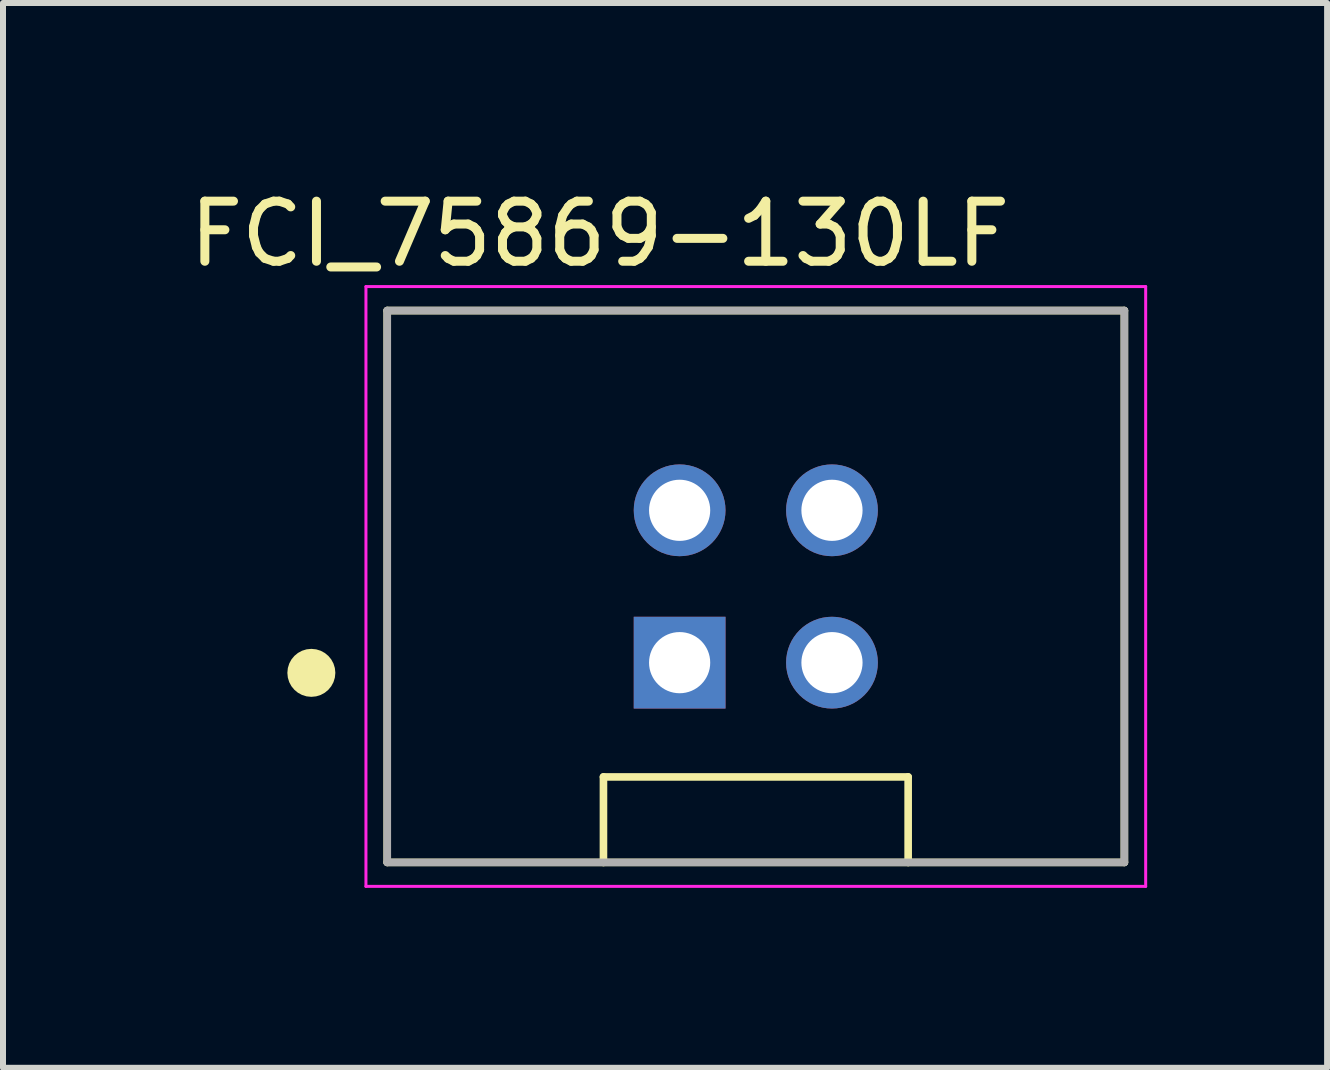
<source format=kicad_pcb>
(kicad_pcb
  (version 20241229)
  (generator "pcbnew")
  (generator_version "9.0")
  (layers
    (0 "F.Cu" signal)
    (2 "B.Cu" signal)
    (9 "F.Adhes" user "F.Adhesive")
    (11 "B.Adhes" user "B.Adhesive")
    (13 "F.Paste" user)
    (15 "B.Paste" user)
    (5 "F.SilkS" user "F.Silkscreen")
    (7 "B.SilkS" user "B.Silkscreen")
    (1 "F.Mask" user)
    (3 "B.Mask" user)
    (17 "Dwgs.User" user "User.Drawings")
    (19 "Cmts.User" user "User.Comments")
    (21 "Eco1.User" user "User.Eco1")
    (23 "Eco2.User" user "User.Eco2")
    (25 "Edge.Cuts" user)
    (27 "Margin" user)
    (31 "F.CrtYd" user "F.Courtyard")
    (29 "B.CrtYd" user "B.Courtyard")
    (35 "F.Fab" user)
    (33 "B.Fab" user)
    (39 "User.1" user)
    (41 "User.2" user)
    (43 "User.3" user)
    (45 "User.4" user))
  (footprint "FCI_75869-130LF"
    (layer "F.Cu")
    (at 9.551 6.728)
    (property "Reference" "FCI_75869-130LF" (at -2.601 -5.878 0) (layer "F.SilkS") (effects (font (size 1.002 1.002) (thickness 0.15))))
    (attr through_hole)
    (fp_line (start -6.145 -4.6) (end 6.145 -4.6) (stroke (width 0.127) (type solid)) (layer "F.SilkS"))
    (fp_line (start -6.145 4.6) (end -6.145 -4.6) (stroke (width 0.127) (type solid)) (layer "F.SilkS"))
    (fp_line (start -2.54 3.175) (end 2.54 3.175) (stroke (width 0.127) (type solid)) (layer "F.SilkS"))
    (fp_line (start -2.54 4.6) (end -6.145 4.6) (stroke (width 0.127) (type solid)) (layer "F.SilkS"))
    (fp_line (start -2.54 4.6) (end -2.54 3.175) (stroke (width 0.127) (type solid)) (layer "F.SilkS"))
    (fp_line (start 2.54 3.175) (end 2.54 4.6) (stroke (width 0.127) (type solid)) (layer "F.SilkS"))
    (fp_line (start 2.54 4.6) (end -2.54 4.6) (stroke (width 0.127) (type solid)) (layer "F.SilkS"))
    (fp_line (start 6.145 -4.6) (end 6.145 4.6) (stroke (width 0.127) (type solid)) (layer "F.SilkS"))
    (fp_line (start 6.145 4.6) (end 2.54 4.6) (stroke (width 0.127) (type solid)) (layer "F.SilkS"))
    (fp_circle (center -7.41 1.44) (end -7.21 1.44) (stroke (width 0.4) (type solid)) (fill no) (layer "F.SilkS"))
    (fp_line (start -6.5 -5) (end 6.5 -5) (stroke (width 0.05) (type solid)) (layer "F.CrtYd"))
    (fp_line (start -6.5 5) (end -6.5 -5) (stroke (width 0.05) (type solid)) (layer "F.CrtYd"))
    (fp_line (start 6.5 -5) (end 6.5 5) (stroke (width 0.05) (type solid)) (layer "F.CrtYd"))
    (fp_line (start 6.5 5) (end -6.5 5) (stroke (width 0.05) (type solid)) (layer "F.CrtYd"))
    (fp_line (start -6.145 -4.6) (end 6.145 -4.6) (stroke (width 0.127) (type solid)) (layer "F.Fab"))
    (fp_line (start -6.145 4.6) (end -6.145 -4.6) (stroke (width 0.127) (type solid)) (layer "F.Fab"))
    (fp_line (start 6.145 -4.6) (end 6.145 4.6) (stroke (width 0.127) (type solid)) (layer "F.Fab"))
    (fp_line (start 6.145 4.6) (end -6.145 4.6) (stroke (width 0.127) (type solid)) (layer "F.Fab"))
    (pad "1" thru_hole rect (at -1.27 1.27) (size 1.53 1.53) (drill 1.02) (layers "*.Cu" "*.Mask"))
    (pad "2" thru_hole circle (at -1.27 -1.27) (size 1.53 1.53) (drill 1.02) (layers "*.Cu" "*.Mask"))
    (pad "3" thru_hole circle (at 1.27 1.27) (size 1.53 1.53) (drill 1.02) (layers "*.Cu" "*.Mask"))
    (pad "4" thru_hole circle (at 1.27 -1.27) (size 1.53 1.53) (drill 1.02) (layers "*.Cu" "*.Mask")))
  (gr_rect
    (start -3 -3)
    (end 19.076 14.753)
    (stroke (width 0.1) (type default))
    (fill no)
    (layer "Edge.Cuts")))
</source>
